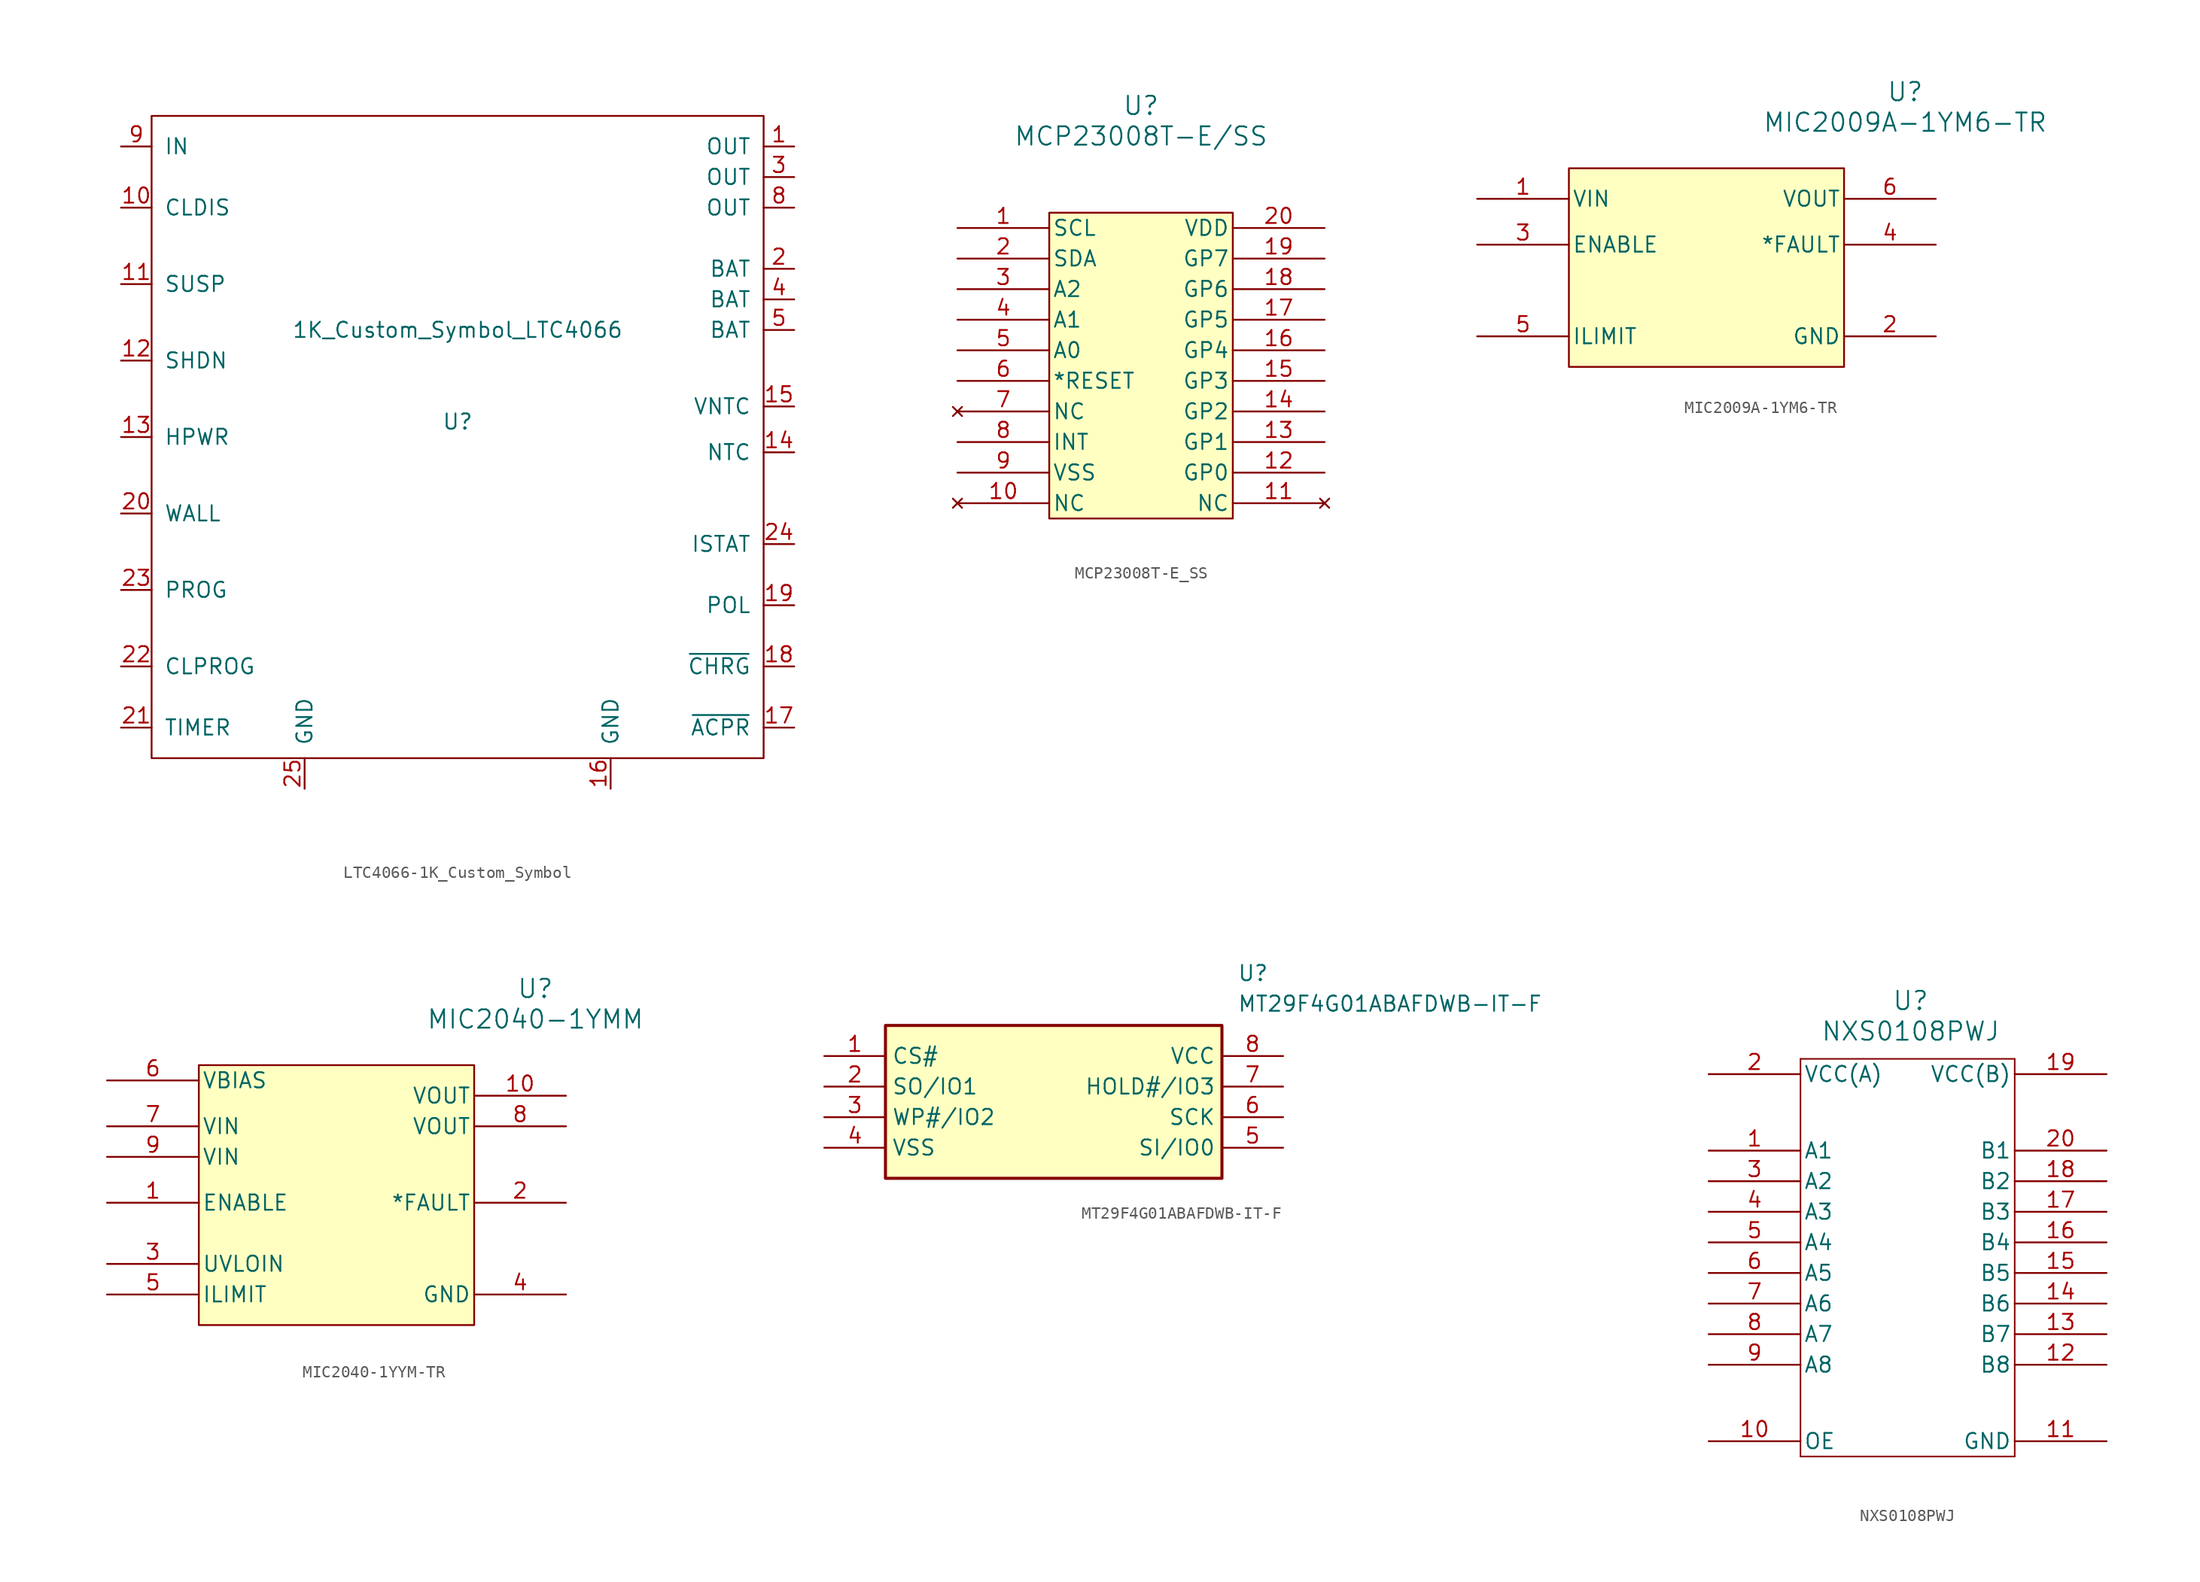
<source format=kicad_sym>
(kicad_symbol_lib
  (version 20241209)
  (generator "kicad_symbol_editor")
  (generator_version "9.0")
  (symbol "LTC4066-1K_Custom_Symbol"
    (pin_names
      (offset 1.016))
    (property "Reference" "U"
      (at 0 0 0)
      (effects (font (size 1.27 1.27))))
    (property "Value" "1K_Custom_Symbol_LTC4066"
      (at 0 7.62 0)
      (effects (font (size 1.27 1.27))))
    (symbol "LTC4066-1K_Custom_Symbol_0_1"
      (rectangle (start -25.4 25.4) (end 25.4 -27.94) (stroke (width 0) (type solid)) (fill (type none))))
    (symbol "LTC4066-1K_Custom_Symbol_1_1"
      (pin power_in line (at -27.94 22.86 0) (length 2.54) (name "IN" (effects (font (size 1.27 1.27)))) (number "9" (effects (font (size 1.27 1.27)))))
      (pin input line (at -27.94 17.78 0) (length 2.54) (name "CLDIS" (effects (font (size 1.27 1.27)))) (number "10" (effects (font (size 1.27 1.27)))))
      (pin input line (at -27.94 11.43 0) (length 2.54) (name "SUSP" (effects (font (size 1.27 1.27)))) (number "11" (effects (font (size 1.27 1.27)))))
      (pin input line (at -27.94 5.08 0) (length 2.54) (name "SHDN" (effects (font (size 1.27 1.27)))) (number "12" (effects (font (size 1.27 1.27)))))
      (pin input line (at -27.94 -1.27 0) (length 2.54) (name "HPWR" (effects (font (size 1.27 1.27)))) (number "13" (effects (font (size 1.27 1.27)))))
      (pin input line (at -27.94 -7.62 0) (length 2.54) (name "WALL" (effects (font (size 1.27 1.27)))) (number "20" (effects (font (size 1.27 1.27)))))
      (pin input line (at -27.94 -13.97 0) (length 2.54) (name "PROG" (effects (font (size 1.27 1.27)))) (number "23" (effects (font (size 1.27 1.27)))))
      (pin input line (at -27.94 -20.32 0) (length 2.54) (name "CLPROG" (effects (font (size 1.27 1.27)))) (number "22" (effects (font (size 1.27 1.27)))))
      (pin input line (at -27.94 -25.4 0) (length 2.54) (name "TIMER" (effects (font (size 1.27 1.27)))) (number "21" (effects (font (size 1.27 1.27)))))
      (pin power_in line (at -12.7 -30.48 90) (length 2.54) (name "GND" (effects (font (size 1.27 1.27)))) (number "25" (effects (font (size 1.27 1.27)))))
      (pin no_connect line (at -5.08 -30.48 90) (length 2.54) (hide yes) (name "NC" (effects (font (size 1.27 1.27)))) (number "6" (effects (font (size 1.27 1.27)))))
      (pin no_connect line (at -2.54 -30.48 90) (length 2.54) (hide yes) (name "NC" (effects (font (size 1.27 1.27)))) (number "7" (effects (font (size 1.27 1.27)))))
      (pin power_in line (at 12.7 -30.48 90) (length 2.54) (name "GND" (effects (font (size 1.27 1.27)))) (number "16" (effects (font (size 1.27 1.27)))))
      (pin power_out line (at 27.94 22.86 180) (length 2.54) (name "OUT" (effects (font (size 1.27 1.27)))) (number "1" (effects (font (size 1.27 1.27)))))
      (pin passive line (at 27.94 20.32 180) (length 2.54) (name "OUT" (effects (font (size 1.27 1.27)))) (number "3" (effects (font (size 1.27 1.27)))))
      (pin passive line (at 27.94 17.78 180) (length 2.54) (name "OUT" (effects (font (size 1.27 1.27)))) (number "8" (effects (font (size 1.27 1.27)))))
      (pin power_in line (at 27.94 12.7 180) (length 2.54) (name "BAT" (effects (font (size 1.27 1.27)))) (number "2" (effects (font (size 1.27 1.27)))))
      (pin power_in line (at 27.94 10.16 180) (length 2.54) (name "BAT" (effects (font (size 1.27 1.27)))) (number "4" (effects (font (size 1.27 1.27)))))
      (pin power_in line (at 27.94 7.62 180) (length 2.54) (name "BAT" (effects (font (size 1.27 1.27)))) (number "5" (effects (font (size 1.27 1.27)))))
      (pin power_out line (at 27.94 1.27 180) (length 2.54) (name "VNTC" (effects (font (size 1.27 1.27)))) (number "15" (effects (font (size 1.27 1.27)))))
      (pin input line (at 27.94 -2.54 180) (length 2.54) (name "NTC" (effects (font (size 1.27 1.27)))) (number "14" (effects (font (size 1.27 1.27)))))
      (pin input line (at 27.94 -10.16 180) (length 2.54) (name "ISTAT" (effects (font (size 1.27 1.27)))) (number "24" (effects (font (size 1.27 1.27)))))
      (pin input line (at 27.94 -15.24 180) (length 2.54) (name "POL" (effects (font (size 1.27 1.27)))) (number "19" (effects (font (size 1.27 1.27)))))
      (pin input line (at 27.94 -20.32 180) (length 2.54) (name "~{CHRG}" (effects (font (size 1.27 1.27)))) (number "18" (effects (font (size 1.27 1.27)))))
      (pin input line (at 27.94 -25.4 180) (length 2.54) (name "~{ACPR}" (effects (font (size 1.27 1.27)))) (number "17" (effects (font (size 1.27 1.27)))))))
  (symbol "MCP23008T-E_SS"
    (pin_names
      (offset 0.254))
    (property "Reference" "U"
      (at 22.86 10.16 0)
      (effects (font (size 1.524 1.524))))
    (property "Value" "MCP23008T-E/SS"
      (at 22.86 7.62 0)
      (effects (font (size 1.524 1.524))))
    (property "ki_locked" ""
      (at 0 0 0)
      (effects (font (size 1.27 1.27))))
    (symbol "MCP23008T-E_SS_1_1"
      (rectangle (start 15.24 1.27) (end 30.48 -24.13) (stroke (width 0) (type default)) (fill (type background)))
      (pin bidirectional line (at 7.62 0 0) (length 7.62) (name "SCL" (effects (font (size 1.27 1.27)))) (number "1" (effects (font (size 1.27 1.27)))))
      (pin bidirectional line (at 7.62 -2.54 0) (length 7.62) (name "SDA" (effects (font (size 1.27 1.27)))) (number "2" (effects (font (size 1.27 1.27)))))
      (pin input line (at 7.62 -5.08 0) (length 7.62) (name "A2" (effects (font (size 1.27 1.27)))) (number "3" (effects (font (size 1.27 1.27)))))
      (pin input line (at 7.62 -7.62 0) (length 7.62) (name "A1" (effects (font (size 1.27 1.27)))) (number "4" (effects (font (size 1.27 1.27)))))
      (pin input line (at 7.62 -10.16 0) (length 7.62) (name "A0" (effects (font (size 1.27 1.27)))) (number "5" (effects (font (size 1.27 1.27)))))
      (pin input line (at 7.62 -12.7 0) (length 7.62) (name "*RESET" (effects (font (size 1.27 1.27)))) (number "6" (effects (font (size 1.27 1.27)))))
      (pin no_connect line (at 7.62 -15.24 0) (length 7.62) (name "NC" (effects (font (size 1.27 1.27)))) (number "7" (effects (font (size 1.27 1.27)))))
      (pin output line (at 7.62 -17.78 0) (length 7.62) (name "INT" (effects (font (size 1.27 1.27)))) (number "8" (effects (font (size 1.27 1.27)))))
      (pin power_in line (at 7.62 -20.32 0) (length 7.62) (name "VSS" (effects (font (size 1.27 1.27)))) (number "9" (effects (font (size 1.27 1.27)))))
      (pin no_connect line (at 7.62 -22.86 0) (length 7.62) (name "NC" (effects (font (size 1.27 1.27)))) (number "10" (effects (font (size 1.27 1.27)))))
      (pin power_in line (at 38.1 0 180) (length 7.62) (name "VDD" (effects (font (size 1.27 1.27)))) (number "20" (effects (font (size 1.27 1.27)))))
      (pin bidirectional line (at 38.1 -2.54 180) (length 7.62) (name "GP7" (effects (font (size 1.27 1.27)))) (number "19" (effects (font (size 1.27 1.27)))))
      (pin bidirectional line (at 38.1 -5.08 180) (length 7.62) (name "GP6" (effects (font (size 1.27 1.27)))) (number "18" (effects (font (size 1.27 1.27)))))
      (pin bidirectional line (at 38.1 -7.62 180) (length 7.62) (name "GP5" (effects (font (size 1.27 1.27)))) (number "17" (effects (font (size 1.27 1.27)))))
      (pin bidirectional line (at 38.1 -10.16 180) (length 7.62) (name "GP4" (effects (font (size 1.27 1.27)))) (number "16" (effects (font (size 1.27 1.27)))))
      (pin bidirectional line (at 38.1 -12.7 180) (length 7.62) (name "GP3" (effects (font (size 1.27 1.27)))) (number "15" (effects (font (size 1.27 1.27)))))
      (pin bidirectional line (at 38.1 -15.24 180) (length 7.62) (name "GP2" (effects (font (size 1.27 1.27)))) (number "14" (effects (font (size 1.27 1.27)))))
      (pin bidirectional line (at 38.1 -17.78 180) (length 7.62) (name "GP1" (effects (font (size 1.27 1.27)))) (number "13" (effects (font (size 1.27 1.27)))))
      (pin bidirectional line (at 38.1 -20.32 180) (length 7.62) (name "GP0" (effects (font (size 1.27 1.27)))) (number "12" (effects (font (size 1.27 1.27)))))
      (pin no_connect line (at 38.1 -22.86 180) (length 7.62) (name "NC" (effects (font (size 1.27 1.27)))) (number "11" (effects (font (size 1.27 1.27)))))))
  (symbol "MIC2009A-1YM6-TR"
    (pin_names
      (offset 0.254))
    (property "Reference" "U"
      (at 35.56 10.16 0)
      (effects (font (size 1.524 1.524))))
    (property "Value" "MIC2009A-1YM6-TR"
      (at 35.56 7.62 0)
      (effects (font (size 1.524 1.524))))
    (property "ki_locked" ""
      (at 0 0 0)
      (effects (font (size 1.27 1.27))))
    (symbol "MIC2009A-1YM6-TR_0_1"
      (pin input line (at 0 -2.54 0) (length 7.62) (name "ENABLE" (effects (font (size 1.27 1.27)))) (number "3" (effects (font (size 1.27 1.27)))))
      (pin input line (at 0 -10.16 0) (length 7.62) (name "ILIMIT" (effects (font (size 1.27 1.27)))) (number "5" (effects (font (size 1.27 1.27)))))
      (pin output line (at 38.1 -2.54 180) (length 7.62) (name "*FAULT" (effects (font (size 1.27 1.27)))) (number "4" (effects (font (size 1.27 1.27)))))
      (pin power_in line (at 38.1 -10.16 180) (length 7.62) (name "GND" (effects (font (size 1.27 1.27)))) (number "2" (effects (font (size 1.27 1.27))))))
    (symbol "MIC2009A-1YM6-TR_1_1"
      (rectangle (start 7.62 3.81) (end 30.48 -12.7) (stroke (width 0) (type default)) (fill (type background)))
      (pin power_in line (at 0 1.27 0) (length 7.62) (name "VIN" (effects (font (size 1.27 1.27)))) (number "1" (effects (font (size 1.27 1.27)))))
      (pin power_out line (at 38.1 1.27 180) (length 7.62) (name "VOUT" (effects (font (size 1.27 1.27)))) (number "6" (effects (font (size 1.27 1.27)))))))
  (symbol "MIC2040-1YYM-TR"
    (pin_names
      (offset 0.254))
    (property "Reference" "U"
      (at 35.56 10.16 0)
      (effects (font (size 1.524 1.524))))
    (property "Value" "MIC2040-1YMM"
      (at 35.56 7.62 0)
      (effects (font (size 1.524 1.524))))
    (property "ki_locked" ""
      (at 0 0 0)
      (effects (font (size 1.27 1.27))))
    (symbol "MIC2040-1YYM-TR_0_1"
      (pin input line (at 0 -15.24 0) (length 7.62) (name "ILIMIT" (effects (font (size 1.27 1.27)))) (number "5" (effects (font (size 1.27 1.27))))))
    (symbol "MIC2040-1YYM-TR_1_1"
      (rectangle (start 7.62 3.81) (end 30.48 -17.78) (stroke (width 0) (type default)) (fill (type background)))
      (pin power_in line (at 0 2.54 0) (length 7.62) (name "VBIAS" (effects (font (size 1.27 1.27)))) (number "6" (effects (font (size 1.27 1.27)))))
      (pin power_in line (at 0 -1.27 0) (length 7.62) (name "VIN" (effects (font (size 1.27 1.27)))) (number "7" (effects (font (size 1.27 1.27)))))
      (pin passive line (at 0 -3.81 0) (length 7.62) (name "VIN" (effects (font (size 1.27 1.27)))) (number "9" (effects (font (size 1.27 1.27)))))
      (pin input line (at 0 -7.62 0) (length 7.62) (name "ENABLE" (effects (font (size 1.27 1.27)))) (number "1" (effects (font (size 1.27 1.27)))))
      (pin input line (at 0 -12.7 0) (length 7.62) (name "UVLOIN" (effects (font (size 1.27 1.27)))) (number "3" (effects (font (size 1.27 1.27)))))
      (pin power_out line (at 38.1 1.27 180) (length 7.62) (name "VOUT" (effects (font (size 1.27 1.27)))) (number "10" (effects (font (size 1.27 1.27)))))
      (pin passive line (at 38.1 -1.27 180) (length 7.62) (name "VOUT" (effects (font (size 1.27 1.27)))) (number "8" (effects (font (size 1.27 1.27)))))
      (pin open_collector line (at 38.1 -7.62 180) (length 7.62) (name "*FAULT" (effects (font (size 1.27 1.27)))) (number "2" (effects (font (size 1.27 1.27)))))
      (pin power_in line (at 38.1 -15.24 180) (length 7.62) (name "GND" (effects (font (size 1.27 1.27)))) (number "4" (effects (font (size 1.27 1.27)))))))
  (symbol "MT29F4G01ABAFDWB-IT-F"
    (property "Reference" "U"
      (at 34.29 7.62 0)
      (effects (font (size 1.27 1.27)) (justify left top)))
    (property "Value" "MT29F4G01ABAFDWB-IT-F"
      (at 34.29 5.08 0)
      (effects (font (size 1.27 1.27)) (justify left top)))
    (symbol "MT29F4G01ABAFDWB-IT-F_1_1"
      (rectangle (start 5.08 2.54) (end 33.02 -10.16) (stroke (width 0.254) (type default)) (fill (type background)))
      (pin input line (at 0 0 0) (length 5.08) (name "CS#" (effects (font (size 1.27 1.27)))) (number "1" (effects (font (size 1.27 1.27)))))
      (pin open_collector line (at 0 -2.54 0) (length 5.08) (name "SO/IO1" (effects (font (size 1.27 1.27)))) (number "2" (effects (font (size 1.27 1.27)))))
      (pin passive line (at 0 -5.08 0) (length 5.08) (name "WP#/IO2" (effects (font (size 1.27 1.27)))) (number "3" (effects (font (size 1.27 1.27)))))
      (pin power_in line (at 0 -7.62 0) (length 5.08) (name "VSS" (effects (font (size 1.27 1.27)))) (number "4" (effects (font (size 1.27 1.27)))))
      (pin power_in line (at 38.1 0 180) (length 5.08) (name "VCC" (effects (font (size 1.27 1.27)))) (number "8" (effects (font (size 1.27 1.27)))))
      (pin passive line (at 38.1 -2.54 180) (length 5.08) (name "HOLD#/IO3" (effects (font (size 1.27 1.27)))) (number "7" (effects (font (size 1.27 1.27)))))
      (pin input line (at 38.1 -5.08 180) (length 5.08) (name "SCK" (effects (font (size 1.27 1.27)))) (number "6" (effects (font (size 1.27 1.27)))))
      (pin input line (at 38.1 -7.62 180) (length 5.08) (name "SI/IO0" (effects (font (size 1.27 1.27)))) (number "5" (effects (font (size 1.27 1.27)))))))
  (symbol "NXS0108PWJ"
    (pin_names
      (offset 0.254))
    (property "Reference" "U"
      (at 16.764 9.906 0)
      (effects (font (size 1.524 1.524))))
    (property "Value" "NXS0108PWJ"
      (at 16.764 7.366 0)
      (effects (font (size 1.524 1.524))))
    (property "ki_locked" ""
      (at 0 0 0)
      (effects (font (size 1.27 1.27))))
    (symbol "NXS0108PWJ_0_1"
      (polyline (pts (xy 7.62 5.08) (xy 7.62 -27.94)) (stroke (width 0.127) (type default)) (fill (type none)))
      (polyline (pts (xy 7.62 -27.94) (xy 25.4 -27.94)) (stroke (width 0.127) (type default)) (fill (type none)))
      (polyline (pts (xy 25.4 5.08) (xy 7.62 5.08)) (stroke (width 0.127) (type default)) (fill (type none)))
      (polyline (pts (xy 25.4 -27.94) (xy 25.4 5.08)) (stroke (width 0.127) (type default)) (fill (type none)))
      (pin power_in line (at 0 3.81 0) (length 7.62) (name "VCC(A)" (effects (font (size 1.27 1.27)))) (number "2" (effects (font (size 1.27 1.27)))))
      (pin bidirectional line (at 0 -2.54 0) (length 7.62) (name "A1" (effects (font (size 1.27 1.27)))) (number "1" (effects (font (size 1.27 1.27)))))
      (pin bidirectional line (at 0 -5.08 0) (length 7.62) (name "A2" (effects (font (size 1.27 1.27)))) (number "3" (effects (font (size 1.27 1.27)))))
      (pin bidirectional line (at 0 -7.62 0) (length 7.62) (name "A3" (effects (font (size 1.27 1.27)))) (number "4" (effects (font (size 1.27 1.27)))))
      (pin bidirectional line (at 0 -10.16 0) (length 7.62) (name "A4" (effects (font (size 1.27 1.27)))) (number "5" (effects (font (size 1.27 1.27)))))
      (pin bidirectional line (at 0 -12.7 0) (length 7.62) (name "A5" (effects (font (size 1.27 1.27)))) (number "6" (effects (font (size 1.27 1.27)))))
      (pin bidirectional line (at 0 -15.24 0) (length 7.62) (name "A6" (effects (font (size 1.27 1.27)))) (number "7" (effects (font (size 1.27 1.27)))))
      (pin bidirectional line (at 0 -17.78 0) (length 7.62) (name "A7" (effects (font (size 1.27 1.27)))) (number "8" (effects (font (size 1.27 1.27)))))
      (pin bidirectional line (at 0 -20.32 0) (length 7.62) (name "A8" (effects (font (size 1.27 1.27)))) (number "9" (effects (font (size 1.27 1.27)))))
      (pin input line (at 0 -26.67 0) (length 7.62) (name "OE" (effects (font (size 1.27 1.27)))) (number "10" (effects (font (size 1.27 1.27)))))
      (pin power_in line (at 33.02 3.81 180) (length 7.62) (name "VCC(B)" (effects (font (size 1.27 1.27)))) (number "19" (effects (font (size 1.27 1.27)))))
      (pin bidirectional line (at 33.02 -2.54 180) (length 7.62) (name "B1" (effects (font (size 1.27 1.27)))) (number "20" (effects (font (size 1.27 1.27)))))
      (pin bidirectional line (at 33.02 -5.08 180) (length 7.62) (name "B2" (effects (font (size 1.27 1.27)))) (number "18" (effects (font (size 1.27 1.27)))))
      (pin bidirectional line (at 33.02 -7.62 180) (length 7.62) (name "B3" (effects (font (size 1.27 1.27)))) (number "17" (effects (font (size 1.27 1.27)))))
      (pin bidirectional line (at 33.02 -10.16 180) (length 7.62) (name "B4" (effects (font (size 1.27 1.27)))) (number "16" (effects (font (size 1.27 1.27)))))
      (pin bidirectional line (at 33.02 -12.7 180) (length 7.62) (name "B5" (effects (font (size 1.27 1.27)))) (number "15" (effects (font (size 1.27 1.27)))))
      (pin bidirectional line (at 33.02 -15.24 180) (length 7.62) (name "B6" (effects (font (size 1.27 1.27)))) (number "14" (effects (font (size 1.27 1.27)))))
      (pin bidirectional line (at 33.02 -17.78 180) (length 7.62) (name "B7" (effects (font (size 1.27 1.27)))) (number "13" (effects (font (size 1.27 1.27)))))
      (pin bidirectional line (at 33.02 -20.32 180) (length 7.62) (name "B8" (effects (font (size 1.27 1.27)))) (number "12" (effects (font (size 1.27 1.27)))))
      (pin power_out line (at 33.02 -26.67 180) (length 7.62) (name "GND" (effects (font (size 1.27 1.27)))) (number "11" (effects (font (size 1.27 1.27))))))))
</source>
